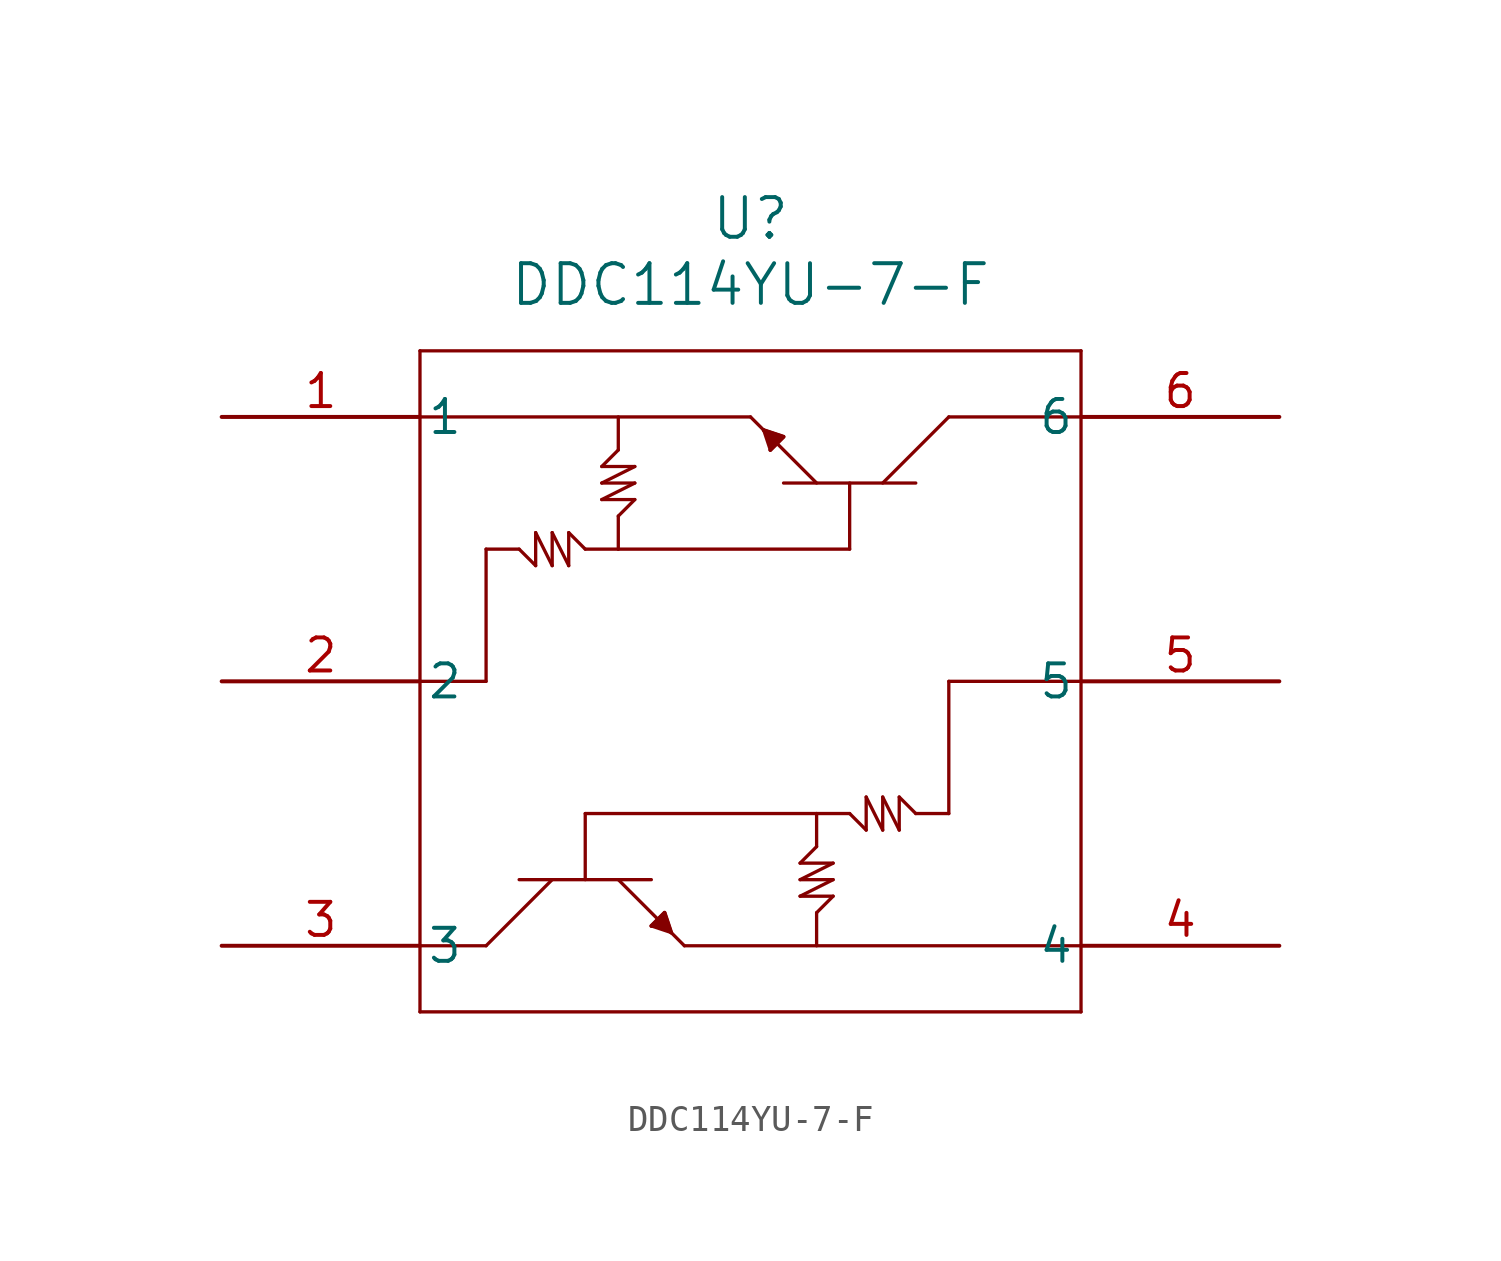
<source format=kicad_sym>
(kicad_symbol_lib
  (version 20211014)
  (generator kicad_symbol_editor)
  (symbol "DDC114YU-7-F"
    (pin_names
      (offset 0.254))
    (property "Reference" "U"
      (at 20.32 7.62 0)
      (effects (font (size 1.524 1.524))))
    (property "Value" "DDC114YU-7-F"
      (at 20.32 5.08 0)
      (effects (font (size 1.524 1.524))))
    (symbol "DDC114YU-7-F_0_1"
      (polyline (pts (xy 7.62 2.54) (xy 7.62 -22.86)) (stroke (width 0.127) (type default) (color 0 0 0 0)) (fill (type none)))
      (polyline (pts (xy 7.62 -22.86) (xy 33.02 -22.86)) (stroke (width 0.127) (type default) (color 0 0 0 0)) (fill (type none)))
      (polyline (pts (xy 33.02 -22.86) (xy 33.02 2.54)) (stroke (width 0.127) (type default) (color 0 0 0 0)) (fill (type none)))
      (polyline (pts (xy 33.02 2.54) (xy 7.62 2.54)) (stroke (width 0.127) (type default) (color 0 0 0 0)) (fill (type none)))
      (polyline (pts (xy 27.94 0) (xy 25.4 -2.54)) (stroke (width 0.127) (type default) (color 0 0 0 0)) (fill (type none)))
      (polyline (pts (xy 22.86 -2.54) (xy 20.32 0)) (stroke (width 0.127) (type default) (color 0 0 0 0)) (fill (type none)))
      (polyline (pts (xy 7.62 0) (xy 20.32 0)) (stroke (width 0.127) (type default) (color 0 0 0 0)) (fill (type none)))
      (polyline (pts (xy 27.94 0) (xy 33.02 0)) (stroke (width 0.127) (type default) (color 0 0 0 0)) (fill (type none)))
      (polyline (pts (xy 7.62 -20.32) (xy 10.16 -20.32)) (stroke (width 0.127) (type default) (color 0 0 0 0)) (fill (type none)))
      (polyline (pts (xy 10.16 -20.32) (xy 12.7 -17.78)) (stroke (width 0.127) (type default) (color 0 0 0 0)) (fill (type none)))
      (polyline (pts (xy 15.24 -17.78) (xy 17.78 -20.32)) (stroke (width 0.127) (type default) (color 0 0 0 0)) (fill (type none)))
      (polyline (pts (xy 17.78 -20.32) (xy 33.02 -20.32)) (stroke (width 0.127) (type default) (color 0 0 0 0)) (fill (type none)))
      (polyline (pts (xy 21.59 -2.54) (xy 26.67 -2.54)) (stroke (width 0.127) (type default) (color 0 0 0 0)) (fill (type none)))
      (polyline (pts (xy 11.43 -17.78) (xy 16.51 -17.78)) (stroke (width 0.127) (type default) (color 0 0 0 0)) (fill (type none)))
      (polyline (pts (xy 24.13 -2.54) (xy 24.13 -5.08)) (stroke (width 0.127) (type default) (color 0 0 0 0)) (fill (type none)))
      (polyline (pts (xy 24.13 -5.08) (xy 15.24 -5.08)) (stroke (width 0.127) (type default) (color 0 0 0 0)) (fill (type none)))
      (polyline (pts (xy 15.24 -5.08) (xy 15.24 -3.81)) (stroke (width 0.127) (type default) (color 0 0 0 0)) (fill (type none)))
      (polyline (pts (xy 22.86 -19.05) (xy 22.86 -20.32)) (stroke (width 0.127) (type default) (color 0 0 0 0)) (fill (type none)))
      (polyline (pts (xy 22.86 -15.24) (xy 13.97 -15.24)) (stroke (width 0.127) (type default) (color 0 0 0 0)) (fill (type none)))
      (polyline (pts (xy 13.97 -17.78) (xy 13.97 -15.24)) (stroke (width 0.127) (type default) (color 0 0 0 0)) (fill (type none)))
      (polyline (pts (xy 15.24 -1.27) (xy 14.605 -1.905)) (stroke (width 0.127) (type default) (color 0 0 0 0)) (fill (type none)))
      (polyline (pts (xy 14.605 -1.905) (xy 15.875 -1.905)) (stroke (width 0.127) (type default) (color 0 0 0 0)) (fill (type none)))
      (polyline (pts (xy 15.875 -1.905) (xy 14.605 -2.54)) (stroke (width 0.127) (type default) (color 0 0 0 0)) (fill (type none)))
      (polyline (pts (xy 14.605 -2.54) (xy 15.875 -2.54)) (stroke (width 0.127) (type default) (color 0 0 0 0)) (fill (type none)))
      (polyline (pts (xy 15.875 -2.54) (xy 14.605 -3.175)) (stroke (width 0.127) (type default) (color 0 0 0 0)) (fill (type none)))
      (polyline (pts (xy 14.605 -3.175) (xy 15.875 -3.175)) (stroke (width 0.127) (type default) (color 0 0 0 0)) (fill (type none)))
      (polyline (pts (xy 15.875 -3.175) (xy 15.24 -3.81)) (stroke (width 0.127) (type default) (color 0 0 0 0)) (fill (type none)))
      (polyline (pts (xy 15.24 -1.27) (xy 15.24 0)) (stroke (width 0.127) (type default) (color 0 0 0 0)) (fill (type none)))
      (polyline (pts (xy 22.86 -16.51) (xy 22.225 -17.145)) (stroke (width 0.127) (type default) (color 0 0 0 0)) (fill (type none)))
      (polyline (pts (xy 22.225 -17.145) (xy 23.495 -17.145)) (stroke (width 0.127) (type default) (color 0 0 0 0)) (fill (type none)))
      (polyline (pts (xy 23.495 -17.145) (xy 22.225 -17.78)) (stroke (width 0.127) (type default) (color 0 0 0 0)) (fill (type none)))
      (polyline (pts (xy 22.225 -17.78) (xy 23.495 -17.78)) (stroke (width 0.127) (type default) (color 0 0 0 0)) (fill (type none)))
      (polyline (pts (xy 23.495 -17.78) (xy 22.225 -18.415)) (stroke (width 0.127) (type default) (color 0 0 0 0)) (fill (type none)))
      (polyline (pts (xy 22.225 -18.415) (xy 23.495 -18.415)) (stroke (width 0.127) (type default) (color 0 0 0 0)) (fill (type none)))
      (polyline (pts (xy 23.495 -18.415) (xy 22.86 -19.05)) (stroke (width 0.127) (type default) (color 0 0 0 0)) (fill (type none)))
      (polyline (pts (xy 22.86 -16.51) (xy 22.86 -15.24)) (stroke (width 0.127) (type default) (color 0 0 0 0)) (fill (type none)))
      (polyline (pts (xy 11.43 -5.08) (xy 12.065 -5.715)) (stroke (width 0.127) (type default) (color 0 0 0 0)) (fill (type none)))
      (polyline (pts (xy 12.065 -5.715) (xy 12.065 -4.445)) (stroke (width 0.127) (type default) (color 0 0 0 0)) (fill (type none)))
      (polyline (pts (xy 12.065 -4.445) (xy 12.7 -5.715)) (stroke (width 0.127) (type default) (color 0 0 0 0)) (fill (type none)))
      (polyline (pts (xy 12.7 -5.715) (xy 12.7 -4.445)) (stroke (width 0.127) (type default) (color 0 0 0 0)) (fill (type none)))
      (polyline (pts (xy 12.7 -4.445) (xy 13.335 -5.715)) (stroke (width 0.127) (type default) (color 0 0 0 0)) (fill (type none)))
      (polyline (pts (xy 13.335 -5.715) (xy 13.335 -4.445)) (stroke (width 0.127) (type default) (color 0 0 0 0)) (fill (type none)))
      (polyline (pts (xy 13.335 -4.445) (xy 13.97 -5.08)) (stroke (width 0.127) (type default) (color 0 0 0 0)) (fill (type none)))
      (polyline (pts (xy 11.43 -5.08) (xy 10.16 -5.08)) (stroke (width 0.127) (type default) (color 0 0 0 0)) (fill (type none)))
      (polyline (pts (xy 26.67 -15.24) (xy 26.035 -14.605)) (stroke (width 0.127) (type default) (color 0 0 0 0)) (fill (type none)))
      (polyline (pts (xy 26.035 -14.605) (xy 26.035 -15.875)) (stroke (width 0.127) (type default) (color 0 0 0 0)) (fill (type none)))
      (polyline (pts (xy 26.035 -15.875) (xy 25.4 -14.605)) (stroke (width 0.127) (type default) (color 0 0 0 0)) (fill (type none)))
      (polyline (pts (xy 25.4 -14.605) (xy 25.4 -15.875)) (stroke (width 0.127) (type default) (color 0 0 0 0)) (fill (type none)))
      (polyline (pts (xy 25.4 -15.875) (xy 24.765 -14.605)) (stroke (width 0.127) (type default) (color 0 0 0 0)) (fill (type none)))
      (polyline (pts (xy 24.765 -14.605) (xy 24.765 -15.875)) (stroke (width 0.127) (type default) (color 0 0 0 0)) (fill (type none)))
      (polyline (pts (xy 24.765 -15.875) (xy 24.13 -15.24)) (stroke (width 0.127) (type default) (color 0 0 0 0)) (fill (type none)))
      (polyline (pts (xy 26.67 -15.24) (xy 27.94 -15.24)) (stroke (width 0.127) (type default) (color 0 0 0 0)) (fill (type none)))
      (polyline (pts (xy 13.97 -5.08) (xy 15.24 -5.08)) (stroke (width 0.127) (type default) (color 0 0 0 0)) (fill (type none)))
      (polyline (pts (xy 22.86 -15.24) (xy 24.13 -15.24)) (stroke (width 0.127) (type default) (color 0 0 0 0)) (fill (type none)))
      (polyline (pts (xy 27.94 -15.24) (xy 27.94 -10.16)) (stroke (width 0.127) (type default) (color 0 0 0 0)) (fill (type none)))
      (polyline (pts (xy 27.94 -10.16) (xy 33.02 -10.16)) (stroke (width 0.127) (type default) (color 0 0 0 0)) (fill (type none)))
      (polyline (pts (xy 10.16 -5.08) (xy 10.16 -10.16)) (stroke (width 0.127) (type default) (color 0 0 0 0)) (fill (type none)))
      (polyline (pts (xy 10.16 -10.16) (xy 7.62 -10.16)) (stroke (width 0.127) (type default) (color 0 0 0 0)) (fill (type none)))
      (polyline (pts (xy 20.828 -0.508) (xy 21.082 -1.27)) (stroke (width 0.127) (type default) (color 0 0 0 0)) (fill (type none)))
      (polyline (pts (xy 21.082 -1.27) (xy 21.59 -0.762)) (stroke (width 0.127) (type default) (color 0 0 0 0)) (fill (type none)))
      (polyline (pts (xy 21.59 -0.762) (xy 20.828 -0.508)) (stroke (width 0.127) (type default) (color 0 0 0 0)) (fill (type none)))
      (polyline (pts (xy 17.272 -19.812) (xy 17.018 -19.05)) (stroke (width 0.127) (type default) (color 0 0 0 0)) (fill (type none)))
      (polyline (pts (xy 17.018 -19.05) (xy 16.51 -19.558)) (stroke (width 0.127) (type default) (color 0 0 0 0)) (fill (type none)))
      (polyline (pts (xy 16.51 -19.558) (xy 17.272 -19.812)) (stroke (width 0.127) (type default) (color 0 0 0 0)) (fill (type none)))
      (polyline (pts (xy 16.51 -19.558) (xy 17.018 -19.05) (xy 17.272 -19.812)) (stroke (width 0) (type default) (color 0 0 0 0)) (fill (type outline)))
      (polyline (pts (xy 20.828 -0.508) (xy 21.59 -0.762) (xy 21.082 -1.27)) (stroke (width 0) (type default) (color 0 0 0 0)) (fill (type outline)))
      (pin unspecified line (at 0 0 0) (length 7.62) (name "1" (effects (font (size 1.27 1.27)))) (number "1" (effects (font (size 1.27 1.27)))))
      (pin unspecified line (at 0 -10.16 0) (length 7.62) (name "2" (effects (font (size 1.27 1.27)))) (number "2" (effects (font (size 1.27 1.27)))))
      (pin unspecified line (at 0 -20.32 0) (length 7.62) (name "3" (effects (font (size 1.27 1.27)))) (number "3" (effects (font (size 1.27 1.27)))))
      (pin unspecified line (at 40.64 -20.32 180) (length 7.62) (name "4" (effects (font (size 1.27 1.27)))) (number "4" (effects (font (size 1.27 1.27)))))
      (pin unspecified line (at 40.64 -10.16 180) (length 7.62) (name "5" (effects (font (size 1.27 1.27)))) (number "5" (effects (font (size 1.27 1.27)))))
      (pin unspecified line (at 40.64 0 180) (length 7.62) (name "6" (effects (font (size 1.27 1.27)))) (number "6" (effects (font (size 1.27 1.27))))))))
</source>
